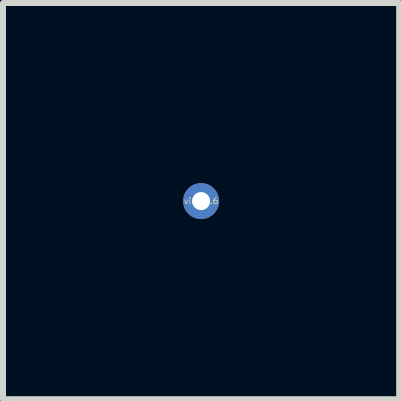
<source format=kicad_pcb>
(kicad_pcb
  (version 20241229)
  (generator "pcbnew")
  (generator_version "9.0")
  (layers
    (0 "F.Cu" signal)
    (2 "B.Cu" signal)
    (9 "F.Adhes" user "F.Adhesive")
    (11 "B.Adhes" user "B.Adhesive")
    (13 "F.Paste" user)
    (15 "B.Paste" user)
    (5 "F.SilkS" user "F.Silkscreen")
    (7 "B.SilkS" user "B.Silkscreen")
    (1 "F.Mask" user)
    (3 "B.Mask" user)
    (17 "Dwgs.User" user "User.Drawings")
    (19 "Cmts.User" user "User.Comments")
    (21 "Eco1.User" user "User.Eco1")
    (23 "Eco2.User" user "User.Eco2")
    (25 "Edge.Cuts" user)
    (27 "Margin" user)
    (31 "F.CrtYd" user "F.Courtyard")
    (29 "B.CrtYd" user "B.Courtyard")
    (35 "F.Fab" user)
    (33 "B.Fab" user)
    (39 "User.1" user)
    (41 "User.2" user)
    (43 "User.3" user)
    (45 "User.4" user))
  (footprint "via-0.6"
    (layer "F.Cu")
    (at 0.3 0.3)
    (property "Reference" "via-0.6" (at 0 0 0) (layer "F.SilkS") (effects (font (size 0.1 0.1) (thickness 0.01))))
    (attr through_hole)
    (pad "1" thru_hole circle (at 0 0) (size 0.6 0.6) (drill 0.3) (layers "*.Cu")))
  (gr_rect
    (start -3 -3)
    (end 3.6 3.6)
    (stroke (width 0.1) (type default))
    (fill no)
    (layer "Edge.Cuts")))
</source>
